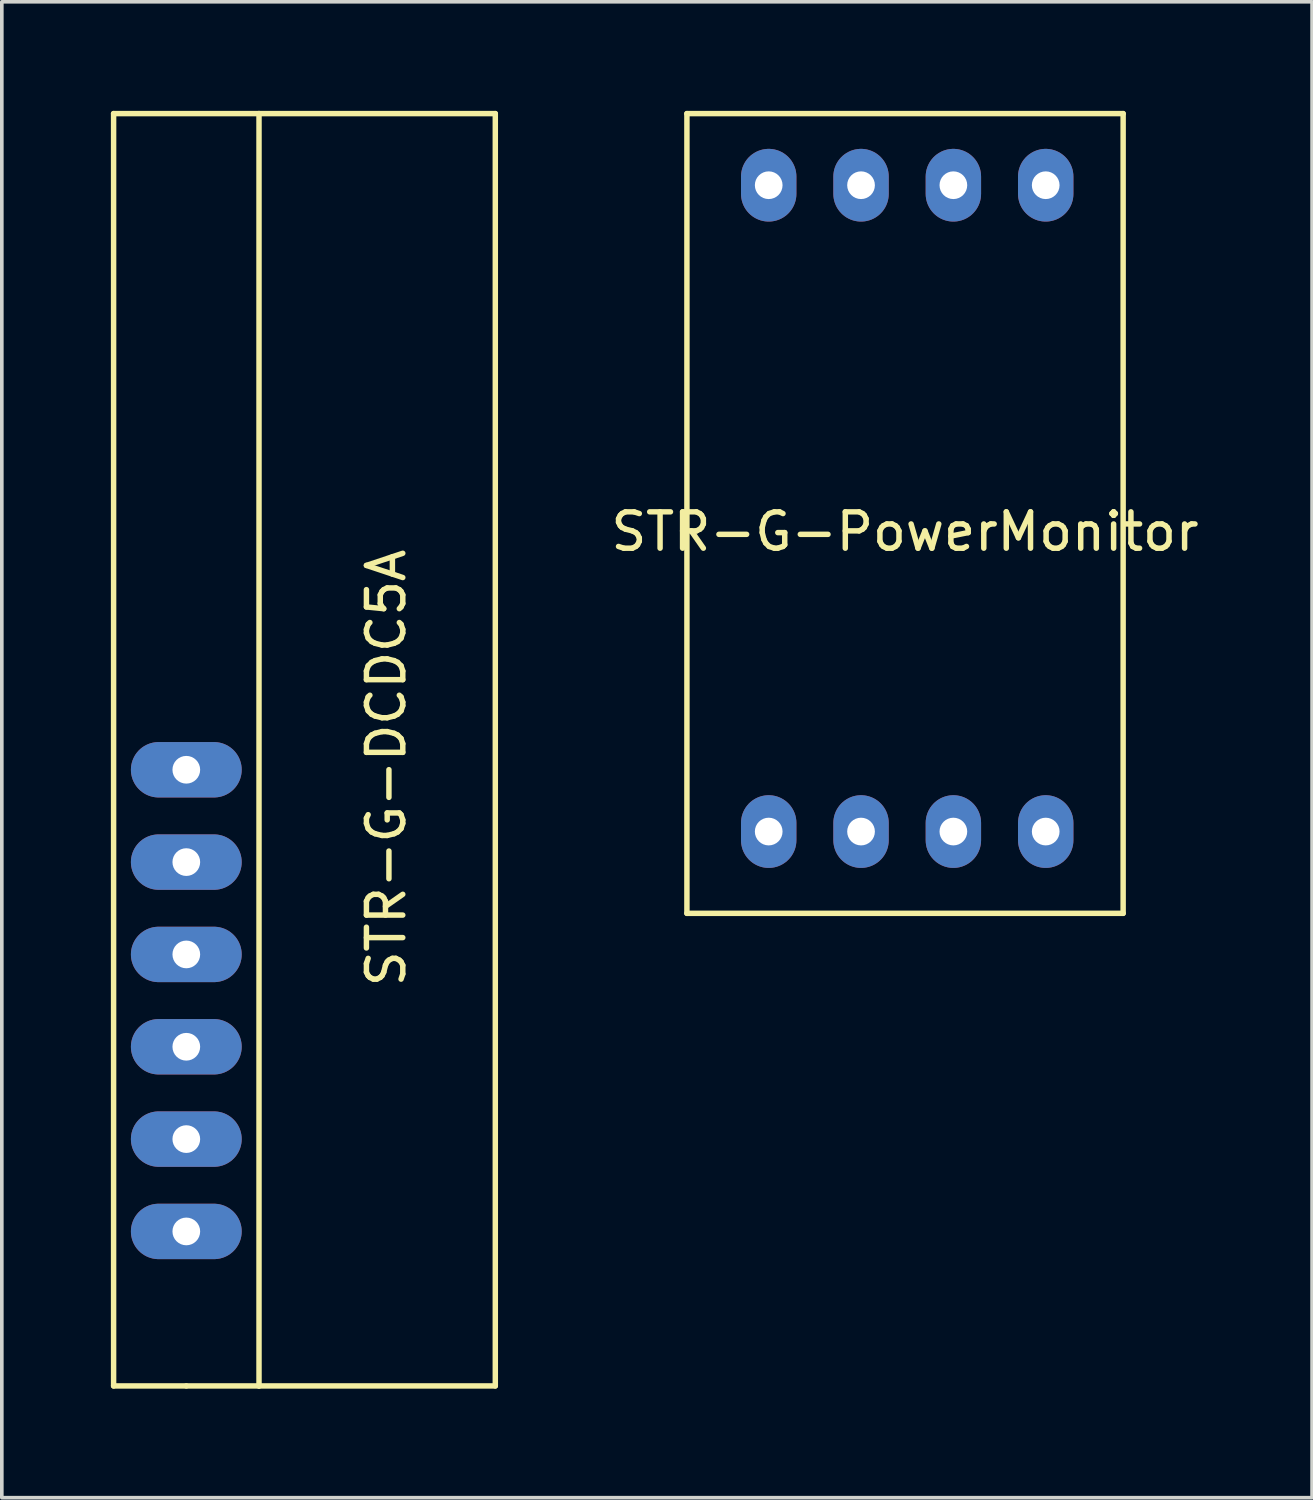
<source format=kicad_pcb>
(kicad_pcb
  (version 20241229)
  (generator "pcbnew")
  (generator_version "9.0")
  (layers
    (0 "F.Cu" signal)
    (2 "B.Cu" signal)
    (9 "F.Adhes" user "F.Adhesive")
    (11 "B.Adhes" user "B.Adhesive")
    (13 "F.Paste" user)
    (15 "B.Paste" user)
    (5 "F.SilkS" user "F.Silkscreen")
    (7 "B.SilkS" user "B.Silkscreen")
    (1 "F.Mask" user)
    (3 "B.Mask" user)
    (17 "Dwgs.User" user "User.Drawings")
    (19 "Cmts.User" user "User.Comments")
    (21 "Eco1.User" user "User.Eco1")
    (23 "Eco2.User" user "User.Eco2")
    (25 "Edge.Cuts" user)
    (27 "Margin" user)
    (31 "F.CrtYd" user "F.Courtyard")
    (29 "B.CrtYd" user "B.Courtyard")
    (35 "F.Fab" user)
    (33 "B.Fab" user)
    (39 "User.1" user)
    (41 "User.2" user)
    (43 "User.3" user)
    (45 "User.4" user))
  (footprint "STR-G-DCDC5A"
    (layer "F.Cu")
    (at 2.075 30.825)
    (property "Reference" "STR-G-DCDC5A" (at 5.5 -12.75 90) (layer "F.SilkS") (effects (font (size 1 1) (thickness 0.15))))
    (attr through_hole)
    (fp_line (start -2 -30.75) (end -2 4.25) (stroke (width 0.15) (type solid)) (layer "F.SilkS"))
    (fp_line (start 0 4.25) (end -2 4.25) (stroke (width 0.15) (type solid)) (layer "F.SilkS"))
    (fp_line (start 0 4.25) (end 2 4.25) (stroke (width 0.15) (type solid)) (layer "F.SilkS"))
    (fp_line (start 2 -30.75) (end -2 -30.75) (stroke (width 0.15) (type solid)) (layer "F.SilkS"))
    (fp_line (start 2 -30.75) (end 8.5 -30.75) (stroke (width 0.15) (type solid)) (layer "F.SilkS"))
    (fp_line (start 2 4.25) (end 2 -30.75) (stroke (width 0.15) (type solid)) (layer "F.SilkS"))
    (fp_line (start 8.5 -30.75) (end 8.5 4.25) (stroke (width 0.15) (type solid)) (layer "F.SilkS"))
    (fp_line (start 8.5 4.25) (end 2 4.25) (stroke (width 0.15) (type solid)) (layer "F.SilkS"))
    (pad "1" thru_hole oval (at 0 0) (size 3.048 1.524) (drill 0.762) (layers "*.Cu" "*.Mask"))
    (pad "2" thru_hole oval (at 0 -2.54) (size 3.048 1.524) (drill 0.762) (layers "*.Cu" "*.Mask"))
    (pad "3" thru_hole oval (at 0 -5.08) (size 3.048 1.524) (drill 0.762) (layers "*.Cu" "*.Mask"))
    (pad "4" thru_hole oval (at 0 -7.62) (size 3.048 1.524) (drill 0.762) (layers "*.Cu" "*.Mask"))
    (pad "5" thru_hole oval (at 0 -10.16) (size 3.048 1.524) (drill 0.762) (layers "*.Cu" "*.Mask"))
    (pad "6" thru_hole oval (at 0 -12.7) (size 3.048 1.524) (drill 0.762) (layers "*.Cu" "*.Mask")))
  (footprint "STR-G-PowerMonitor"
    (layer "F.Cu")
    (at 21.846 11.075)
    (property "Reference" "STR-G-PowerMonitor" (at 0 0.5 0) (layer "F.SilkS") (effects (font (size 1 1) (thickness 0.15))))
    (attr through_hole)
    (fp_line (start -6 -11) (end -6 11) (stroke (width 0.15) (type solid)) (layer "F.SilkS"))
    (fp_line (start -6 11) (end 6 11) (stroke (width 0.15) (type solid)) (layer "F.SilkS"))
    (fp_line (start 6 -11) (end -6 -11) (stroke (width 0.15) (type solid)) (layer "F.SilkS"))
    (fp_line (start 6 11) (end 6 -11) (stroke (width 0.15) (type solid)) (layer "F.SilkS"))
    (pad "1" thru_hole oval (at -3.75 8.75) (size 1.524 2) (drill 0.762) (layers "*.Cu" "*.Mask"))
    (pad "2" thru_hole oval (at -1.21 8.75) (size 1.524 2) (drill 0.762) (layers "*.Cu" "*.Mask"))
    (pad "3" thru_hole oval (at 1.33 8.75) (size 1.524 2) (drill 0.762) (layers "*.Cu" "*.Mask"))
    (pad "4" thru_hole oval (at 3.87 8.75) (size 1.524 2) (drill 0.762) (layers "*.Cu" "*.Mask"))
    (pad "5" thru_hole oval (at 3.87 -9.03) (size 1.524 2) (drill 0.762) (layers "*.Cu" "*.Mask"))
    (pad "6" thru_hole oval (at 1.33 -9.03) (size 1.524 2) (drill 0.762) (layers "*.Cu" "*.Mask"))
    (pad "7" thru_hole oval (at -1.21 -9.03) (size 1.524 2) (drill 0.762) (layers "*.Cu" "*.Mask"))
    (pad "8" thru_hole oval (at -3.75 -9.03) (size 1.524 2) (drill 0.762) (layers "*.Cu" "*.Mask")))
  (gr_rect
    (start -3 -3)
    (end 33.043 38.15)
    (stroke (width 0.1) (type default))
    (fill no)
    (layer "Edge.Cuts")))
</source>
